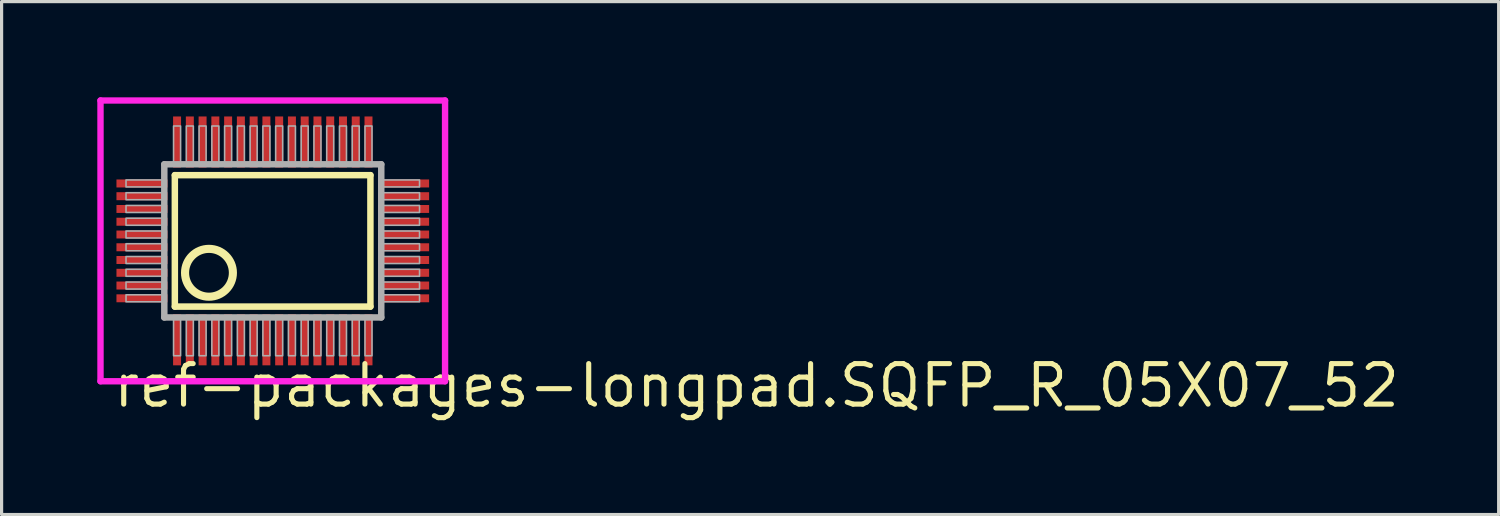
<source format=kicad_pcb>
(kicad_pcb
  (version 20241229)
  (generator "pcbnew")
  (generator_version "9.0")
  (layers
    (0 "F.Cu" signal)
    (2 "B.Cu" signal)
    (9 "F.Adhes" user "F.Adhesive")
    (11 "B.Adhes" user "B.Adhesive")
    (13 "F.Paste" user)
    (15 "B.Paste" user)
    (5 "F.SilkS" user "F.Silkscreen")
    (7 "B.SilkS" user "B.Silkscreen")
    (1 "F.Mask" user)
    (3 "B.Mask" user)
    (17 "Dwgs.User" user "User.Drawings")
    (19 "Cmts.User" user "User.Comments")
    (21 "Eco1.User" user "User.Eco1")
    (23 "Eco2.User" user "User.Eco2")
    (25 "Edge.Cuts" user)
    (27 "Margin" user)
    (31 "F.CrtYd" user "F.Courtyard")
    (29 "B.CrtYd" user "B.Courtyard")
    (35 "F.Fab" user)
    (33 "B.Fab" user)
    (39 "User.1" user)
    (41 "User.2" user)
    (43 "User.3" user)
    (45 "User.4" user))
  (footprint "ref-packages-longpad.SQFP_R_05X07_52"
    (layer "F.Cu")
    (at 5.5 4.5)
    (property "Reference" "ref-packages-longpad.SQFP_R_05X07_52" (at -5.08 5.28 0) (layer "F.SilkS") (effects (font (size 1.27 1.27) (thickness 0.16)) (justify left bottom)))
    (attr smd)
    (fp_line (start -3.07 -2.06) (end 3.06 -2.06) (stroke (width 0.203) (type default)) (layer "F.SilkS"))
    (fp_line (start -3.07 2.06) (end -3.07 -2.06) (stroke (width 0.203) (type default)) (layer "F.SilkS"))
    (fp_line (start 3.06 -2.06) (end 3.06 2.06) (stroke (width 0.203) (type default)) (layer "F.SilkS"))
    (fp_line (start 3.06 2.06) (end -3.07 2.06) (stroke (width 0.203) (type default)) (layer "F.SilkS"))
    (fp_circle (center -2 1) (end -1.25 1) (stroke (width 0.254) (type default)) (fill no) (layer "F.SilkS"))
    (fp_line (start -5.4 -4.4) (end 5.4 -4.4) (stroke (width 0.2) (type default)) (layer "F.CrtYd"))
    (fp_line (start -5.4 4.4) (end -5.4 -4.4) (stroke (width 0.2) (type default)) (layer "F.CrtYd"))
    (fp_line (start 5.4 -4.4) (end 5.4 4.4) (stroke (width 0.2) (type default)) (layer "F.CrtYd"))
    (fp_line (start 5.4 4.4) (end -5.4 4.4) (stroke (width 0.2) (type default)) (layer "F.CrtYd"))
    (fp_line (start -3.4 -2.4) (end -3.4 2.4) (stroke (width 0.203) (type default)) (layer "F.Fab"))
    (fp_line (start -3.4 2.4) (end 3.4 2.4) (stroke (width 0.203) (type default)) (layer "F.Fab"))
    (fp_line (start 3.4 -2.4) (end -3.4 -2.4) (stroke (width 0.203) (type default)) (layer "F.Fab"))
    (fp_line (start 3.4 2.4) (end 3.4 -2.4) (stroke (width 0.203) (type default)) (layer "F.Fab"))
    (fp_rect (start -4.6 -1.69) (end -3.45 -1.91) (stroke (width 0.05) (type default)) (fill no) (layer "F.Fab"))
    (fp_rect (start -4.6 -1.29) (end -3.45 -1.51) (stroke (width 0.05) (type default)) (fill no) (layer "F.Fab"))
    (fp_rect (start -4.6 -0.89) (end -3.45 -1.11) (stroke (width 0.05) (type default)) (fill no) (layer "F.Fab"))
    (fp_rect (start -4.6 -0.49) (end -3.45 -0.71) (stroke (width 0.05) (type default)) (fill no) (layer "F.Fab"))
    (fp_rect (start -4.6 -0.09) (end -3.45 -0.31) (stroke (width 0.05) (type default)) (fill no) (layer "F.Fab"))
    (fp_rect (start -4.6 0.31) (end -3.45 0.09) (stroke (width 0.05) (type default)) (fill no) (layer "F.Fab"))
    (fp_rect (start -4.6 0.71) (end -3.45 0.49) (stroke (width 0.05) (type default)) (fill no) (layer "F.Fab"))
    (fp_rect (start -4.6 1.11) (end -3.45 0.89) (stroke (width 0.05) (type default)) (fill no) (layer "F.Fab"))
    (fp_rect (start -4.6 1.51) (end -3.45 1.29) (stroke (width 0.05) (type default)) (fill no) (layer "F.Fab"))
    (fp_rect (start -4.6 1.91) (end -3.45 1.69) (stroke (width 0.05) (type default)) (fill no) (layer "F.Fab"))
    (fp_rect (start -3.11 -2.45) (end -2.89 -3.6) (stroke (width 0.05) (type default)) (fill no) (layer "F.Fab"))
    (fp_rect (start -3.11 3.6) (end -2.89 2.45) (stroke (width 0.05) (type default)) (fill no) (layer "F.Fab"))
    (fp_rect (start -2.71 -2.45) (end -2.49 -3.6) (stroke (width 0.05) (type default)) (fill no) (layer "F.Fab"))
    (fp_rect (start -2.71 3.6) (end -2.49 2.45) (stroke (width 0.05) (type default)) (fill no) (layer "F.Fab"))
    (fp_rect (start -2.31 -2.45) (end -2.09 -3.6) (stroke (width 0.05) (type default)) (fill no) (layer "F.Fab"))
    (fp_rect (start -2.31 3.6) (end -2.09 2.45) (stroke (width 0.05) (type default)) (fill no) (layer "F.Fab"))
    (fp_rect (start -1.91 -2.45) (end -1.69 -3.6) (stroke (width 0.05) (type default)) (fill no) (layer "F.Fab"))
    (fp_rect (start -1.91 3.6) (end -1.69 2.45) (stroke (width 0.05) (type default)) (fill no) (layer "F.Fab"))
    (fp_rect (start -1.51 -2.45) (end -1.29 -3.6) (stroke (width 0.05) (type default)) (fill no) (layer "F.Fab"))
    (fp_rect (start -1.51 3.6) (end -1.29 2.45) (stroke (width 0.05) (type default)) (fill no) (layer "F.Fab"))
    (fp_rect (start -1.11 -2.45) (end -0.89 -3.6) (stroke (width 0.05) (type default)) (fill no) (layer "F.Fab"))
    (fp_rect (start -1.11 3.6) (end -0.89 2.45) (stroke (width 0.05) (type default)) (fill no) (layer "F.Fab"))
    (fp_rect (start -0.71 -2.45) (end -0.49 -3.6) (stroke (width 0.05) (type default)) (fill no) (layer "F.Fab"))
    (fp_rect (start -0.71 3.6) (end -0.49 2.45) (stroke (width 0.05) (type default)) (fill no) (layer "F.Fab"))
    (fp_rect (start -0.31 -2.45) (end -0.09 -3.6) (stroke (width 0.05) (type default)) (fill no) (layer "F.Fab"))
    (fp_rect (start -0.31 3.6) (end -0.09 2.45) (stroke (width 0.05) (type default)) (fill no) (layer "F.Fab"))
    (fp_rect (start 0.09 -2.45) (end 0.31 -3.6) (stroke (width 0.05) (type default)) (fill no) (layer "F.Fab"))
    (fp_rect (start 0.09 3.6) (end 0.31 2.45) (stroke (width 0.05) (type default)) (fill no) (layer "F.Fab"))
    (fp_rect (start 0.49 -2.45) (end 0.71 -3.6) (stroke (width 0.05) (type default)) (fill no) (layer "F.Fab"))
    (fp_rect (start 0.49 3.6) (end 0.71 2.45) (stroke (width 0.05) (type default)) (fill no) (layer "F.Fab"))
    (fp_rect (start 0.89 -2.45) (end 1.11 -3.6) (stroke (width 0.05) (type default)) (fill no) (layer "F.Fab"))
    (fp_rect (start 0.89 3.6) (end 1.11 2.45) (stroke (width 0.05) (type default)) (fill no) (layer "F.Fab"))
    (fp_rect (start 1.29 -2.45) (end 1.51 -3.6) (stroke (width 0.05) (type default)) (fill no) (layer "F.Fab"))
    (fp_rect (start 1.29 3.6) (end 1.51 2.45) (stroke (width 0.05) (type default)) (fill no) (layer "F.Fab"))
    (fp_rect (start 1.69 -2.45) (end 1.91 -3.6) (stroke (width 0.05) (type default)) (fill no) (layer "F.Fab"))
    (fp_rect (start 1.69 3.6) (end 1.91 2.45) (stroke (width 0.05) (type default)) (fill no) (layer "F.Fab"))
    (fp_rect (start 2.09 -2.45) (end 2.31 -3.6) (stroke (width 0.05) (type default)) (fill no) (layer "F.Fab"))
    (fp_rect (start 2.09 3.6) (end 2.31 2.45) (stroke (width 0.05) (type default)) (fill no) (layer "F.Fab"))
    (fp_rect (start 2.49 -2.45) (end 2.71 -3.6) (stroke (width 0.05) (type default)) (fill no) (layer "F.Fab"))
    (fp_rect (start 2.49 3.6) (end 2.71 2.45) (stroke (width 0.05) (type default)) (fill no) (layer "F.Fab"))
    (fp_rect (start 2.89 -2.45) (end 3.11 -3.6) (stroke (width 0.05) (type default)) (fill no) (layer "F.Fab"))
    (fp_rect (start 2.89 3.6) (end 3.11 2.45) (stroke (width 0.05) (type default)) (fill no) (layer "F.Fab"))
    (fp_rect (start 3.45 -1.69) (end 4.6 -1.91) (stroke (width 0.05) (type default)) (fill no) (layer "F.Fab"))
    (fp_rect (start 3.45 -1.29) (end 4.6 -1.51) (stroke (width 0.05) (type default)) (fill no) (layer "F.Fab"))
    (fp_rect (start 3.45 -0.89) (end 4.6 -1.11) (stroke (width 0.05) (type default)) (fill no) (layer "F.Fab"))
    (fp_rect (start 3.45 -0.49) (end 4.6 -0.71) (stroke (width 0.05) (type default)) (fill no) (layer "F.Fab"))
    (fp_rect (start 3.45 -0.09) (end 4.6 -0.31) (stroke (width 0.05) (type default)) (fill no) (layer "F.Fab"))
    (fp_rect (start 3.45 0.31) (end 4.6 0.09) (stroke (width 0.05) (type default)) (fill no) (layer "F.Fab"))
    (fp_rect (start 3.45 0.71) (end 4.6 0.49) (stroke (width 0.05) (type default)) (fill no) (layer "F.Fab"))
    (fp_rect (start 3.45 1.11) (end 4.6 0.89) (stroke (width 0.05) (type default)) (fill no) (layer "F.Fab"))
    (fp_rect (start 3.45 1.51) (end 4.6 1.29) (stroke (width 0.05) (type default)) (fill no) (layer "F.Fab"))
    (fp_rect (start 3.45 1.91) (end 4.6 1.69) (stroke (width 0.05) (type default)) (fill no) (layer "F.Fab"))
    (pad "1" smd roundrect (at -3 3.1) (size 0.25 1.6) (layers "F.Cu" "F.Mask" "F.Paste") (roundrect_rratio 0.01))
    (pad "2" smd roundrect (at -2.6 3.1) (size 0.25 1.6) (layers "F.Cu" "F.Mask" "F.Paste") (roundrect_rratio 0.01))
    (pad "3" smd roundrect (at -2.2 3.1) (size 0.25 1.6) (layers "F.Cu" "F.Mask" "F.Paste") (roundrect_rratio 0.01))
    (pad "4" smd roundrect (at -1.8 3.1) (size 0.25 1.6) (layers "F.Cu" "F.Mask" "F.Paste") (roundrect_rratio 0.01))
    (pad "5" smd roundrect (at -1.4 3.1) (size 0.25 1.6) (layers "F.Cu" "F.Mask" "F.Paste") (roundrect_rratio 0.01))
    (pad "6" smd roundrect (at -1 3.1) (size 0.25 1.6) (layers "F.Cu" "F.Mask" "F.Paste") (roundrect_rratio 0.01))
    (pad "7" smd roundrect (at -0.6 3.1) (size 0.25 1.6) (layers "F.Cu" "F.Mask" "F.Paste") (roundrect_rratio 0.01))
    (pad "8" smd roundrect (at -0.2 3.1) (size 0.25 1.6) (layers "F.Cu" "F.Mask" "F.Paste") (roundrect_rratio 0.01))
    (pad "9" smd roundrect (at 0.2 3.1) (size 0.25 1.6) (layers "F.Cu" "F.Mask" "F.Paste") (roundrect_rratio 0.01))
    (pad "10" smd roundrect (at 0.6 3.1) (size 0.25 1.6) (layers "F.Cu" "F.Mask" "F.Paste") (roundrect_rratio 0.01))
    (pad "11" smd roundrect (at 1 3.1) (size 0.25 1.6) (layers "F.Cu" "F.Mask" "F.Paste") (roundrect_rratio 0.01))
    (pad "12" smd roundrect (at 1.4 3.1) (size 0.25 1.6) (layers "F.Cu" "F.Mask" "F.Paste") (roundrect_rratio 0.01))
    (pad "13" smd roundrect (at 1.8 3.1) (size 0.25 1.6) (layers "F.Cu" "F.Mask" "F.Paste") (roundrect_rratio 0.01))
    (pad "14" smd roundrect (at 2.2 3.1) (size 0.25 1.6) (layers "F.Cu" "F.Mask" "F.Paste") (roundrect_rratio 0.01))
    (pad "15" smd roundrect (at 2.6 3.1) (size 0.25 1.6) (layers "F.Cu" "F.Mask" "F.Paste") (roundrect_rratio 0.01))
    (pad "16" smd roundrect (at 3 3.1) (size 0.25 1.6) (layers "F.Cu" "F.Mask" "F.Paste") (roundrect_rratio 0.01))
    (pad "17" smd roundrect (at 4.1 1.8) (size 1.6 0.25) (layers "F.Cu" "F.Mask" "F.Paste") (roundrect_rratio 0.01))
    (pad "18" smd roundrect (at 4.1 1.4) (size 1.6 0.25) (layers "F.Cu" "F.Mask" "F.Paste") (roundrect_rratio 0.01))
    (pad "19" smd roundrect (at 4.1 1) (size 1.6 0.25) (layers "F.Cu" "F.Mask" "F.Paste") (roundrect_rratio 0.01))
    (pad "20" smd roundrect (at 4.1 0.6) (size 1.6 0.25) (layers "F.Cu" "F.Mask" "F.Paste") (roundrect_rratio 0.01))
    (pad "21" smd roundrect (at 4.1 0.2) (size 1.6 0.25) (layers "F.Cu" "F.Mask" "F.Paste") (roundrect_rratio 0.01))
    (pad "22" smd roundrect (at 4.1 -0.2) (size 1.6 0.25) (layers "F.Cu" "F.Mask" "F.Paste") (roundrect_rratio 0.01))
    (pad "23" smd roundrect (at 4.1 -0.6) (size 1.6 0.25) (layers "F.Cu" "F.Mask" "F.Paste") (roundrect_rratio 0.01))
    (pad "24" smd roundrect (at 4.1 -1) (size 1.6 0.25) (layers "F.Cu" "F.Mask" "F.Paste") (roundrect_rratio 0.01))
    (pad "25" smd roundrect (at 4.1 -1.4) (size 1.6 0.25) (layers "F.Cu" "F.Mask" "F.Paste") (roundrect_rratio 0.01))
    (pad "26" smd roundrect (at 4.1 -1.8) (size 1.6 0.25) (layers "F.Cu" "F.Mask" "F.Paste") (roundrect_rratio 0.01))
    (pad "27" smd roundrect (at 3 -3.1) (size 0.25 1.6) (layers "F.Cu" "F.Mask" "F.Paste") (roundrect_rratio 0.01))
    (pad "28" smd roundrect (at 2.6 -3.1) (size 0.25 1.6) (layers "F.Cu" "F.Mask" "F.Paste") (roundrect_rratio 0.01))
    (pad "29" smd roundrect (at 2.2 -3.1) (size 0.25 1.6) (layers "F.Cu" "F.Mask" "F.Paste") (roundrect_rratio 0.01))
    (pad "30" smd roundrect (at 1.8 -3.1) (size 0.25 1.6) (layers "F.Cu" "F.Mask" "F.Paste") (roundrect_rratio 0.01))
    (pad "31" smd roundrect (at 1.4 -3.1) (size 0.25 1.6) (layers "F.Cu" "F.Mask" "F.Paste") (roundrect_rratio 0.01))
    (pad "32" smd roundrect (at 1 -3.1) (size 0.25 1.6) (layers "F.Cu" "F.Mask" "F.Paste") (roundrect_rratio 0.01))
    (pad "33" smd roundrect (at 0.6 -3.1) (size 0.25 1.6) (layers "F.Cu" "F.Mask" "F.Paste") (roundrect_rratio 0.01))
    (pad "34" smd roundrect (at 0.2 -3.1) (size 0.25 1.6) (layers "F.Cu" "F.Mask" "F.Paste") (roundrect_rratio 0.01))
    (pad "35" smd roundrect (at -0.2 -3.1) (size 0.25 1.6) (layers "F.Cu" "F.Mask" "F.Paste") (roundrect_rratio 0.01))
    (pad "36" smd roundrect (at -0.6 -3.1) (size 0.25 1.6) (layers "F.Cu" "F.Mask" "F.Paste") (roundrect_rratio 0.01))
    (pad "37" smd roundrect (at -1 -3.1) (size 0.25 1.6) (layers "F.Cu" "F.Mask" "F.Paste") (roundrect_rratio 0.01))
    (pad "38" smd roundrect (at -1.4 -3.1) (size 0.25 1.6) (layers "F.Cu" "F.Mask" "F.Paste") (roundrect_rratio 0.01))
    (pad "39" smd roundrect (at -1.8 -3.1) (size 0.25 1.6) (layers "F.Cu" "F.Mask" "F.Paste") (roundrect_rratio 0.01))
    (pad "40" smd roundrect (at -2.2 -3.1) (size 0.25 1.6) (layers "F.Cu" "F.Mask" "F.Paste") (roundrect_rratio 0.01))
    (pad "41" smd roundrect (at -2.6 -3.1) (size 0.25 1.6) (layers "F.Cu" "F.Mask" "F.Paste") (roundrect_rratio 0.01))
    (pad "42" smd roundrect (at -3 -3.1) (size 0.25 1.6) (layers "F.Cu" "F.Mask" "F.Paste") (roundrect_rratio 0.01))
    (pad "43" smd roundrect (at -4.1 -1.8) (size 1.6 0.25) (layers "F.Cu" "F.Mask" "F.Paste") (roundrect_rratio 0.01))
    (pad "44" smd roundrect (at -4.1 -1.4) (size 1.6 0.25) (layers "F.Cu" "F.Mask" "F.Paste") (roundrect_rratio 0.01))
    (pad "45" smd roundrect (at -4.1 -1) (size 1.6 0.25) (layers "F.Cu" "F.Mask" "F.Paste") (roundrect_rratio 0.01))
    (pad "46" smd roundrect (at -4.1 -0.6) (size 1.6 0.25) (layers "F.Cu" "F.Mask" "F.Paste") (roundrect_rratio 0.01))
    (pad "47" smd roundrect (at -4.1 -0.2) (size 1.6 0.25) (layers "F.Cu" "F.Mask" "F.Paste") (roundrect_rratio 0.01))
    (pad "48" smd roundrect (at -4.1 0.2) (size 1.6 0.25) (layers "F.Cu" "F.Mask" "F.Paste") (roundrect_rratio 0.01))
    (pad "49" smd roundrect (at -4.1 0.6) (size 1.6 0.25) (layers "F.Cu" "F.Mask" "F.Paste") (roundrect_rratio 0.01))
    (pad "50" smd roundrect (at -4.1 1) (size 1.6 0.25) (layers "F.Cu" "F.Mask" "F.Paste") (roundrect_rratio 0.01))
    (pad "51" smd roundrect (at -4.1 1.4) (size 1.6 0.25) (layers "F.Cu" "F.Mask" "F.Paste") (roundrect_rratio 0.01))
    (pad "52" smd roundrect (at -4.1 1.8) (size 1.6 0.25) (layers "F.Cu" "F.Mask" "F.Paste") (roundrect_rratio 0.01)))
  (gr_rect
    (start -3 -3)
    (end 43.923 13.077)
    (stroke (width 0.1) (type default))
    (fill no)
    (layer "Edge.Cuts")))
</source>
